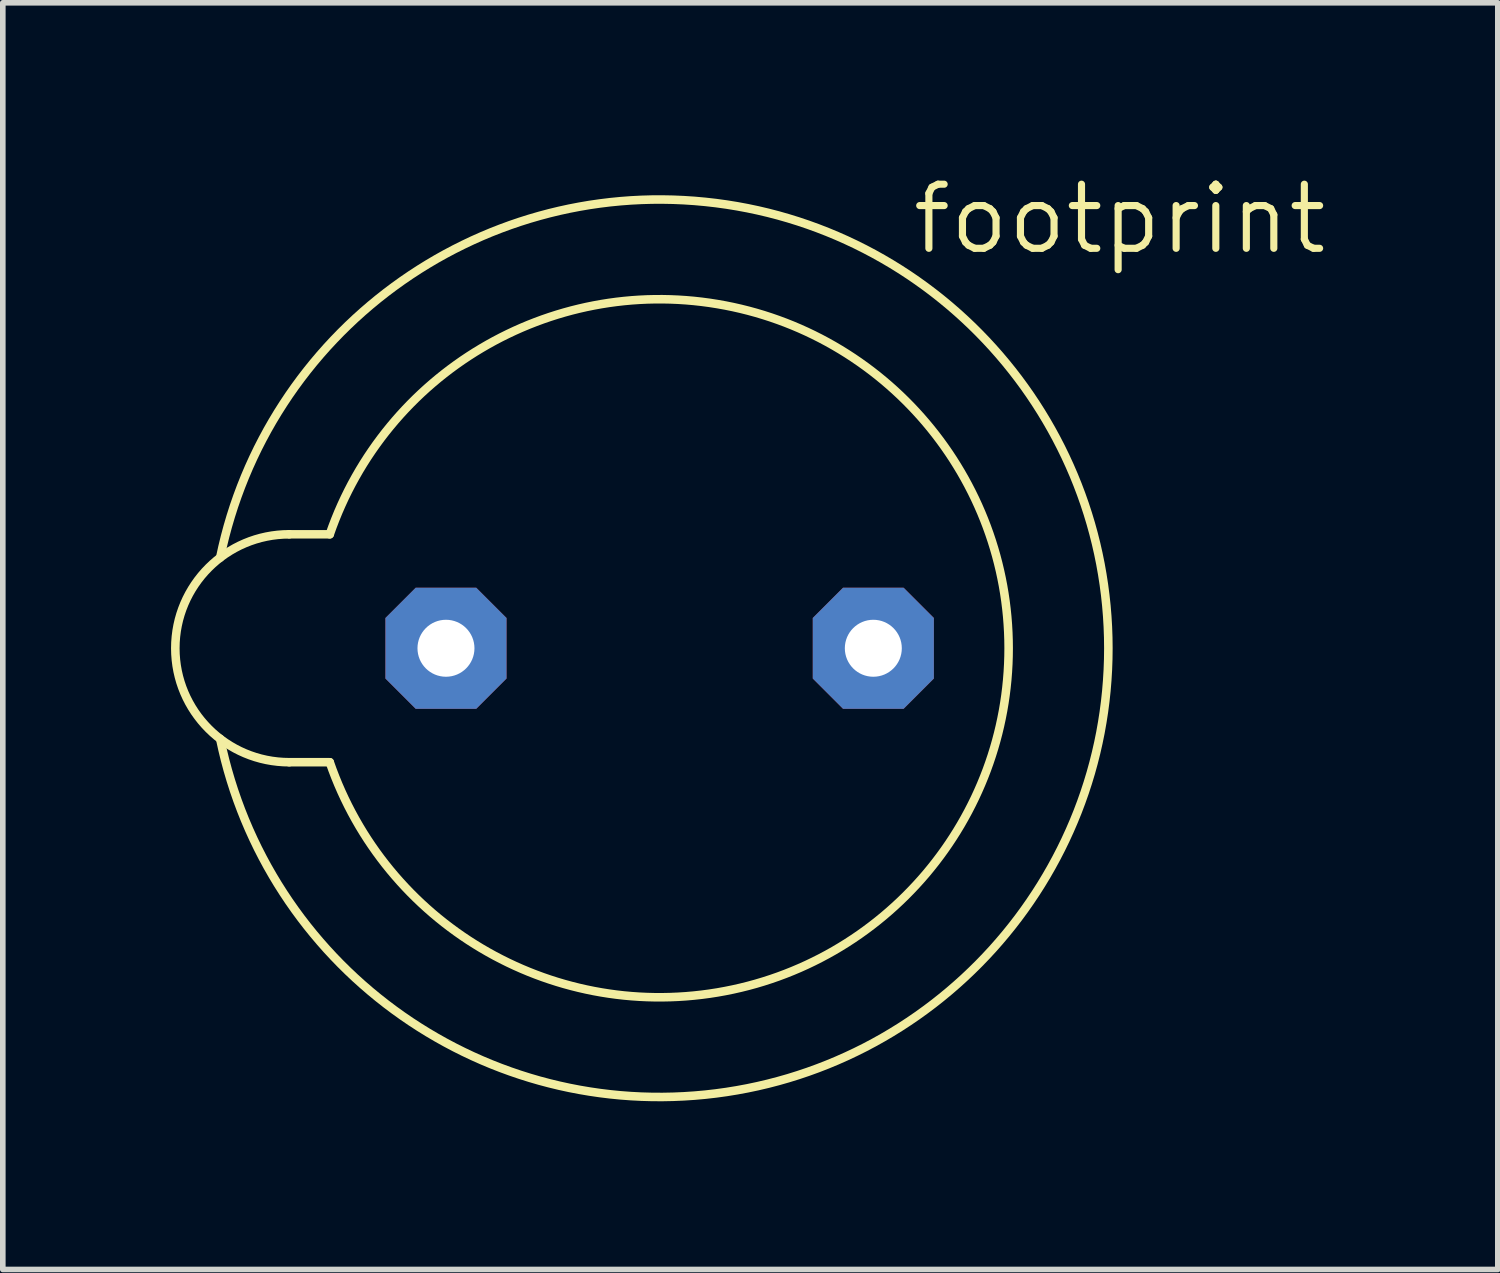
<source format=kicad_pcb>
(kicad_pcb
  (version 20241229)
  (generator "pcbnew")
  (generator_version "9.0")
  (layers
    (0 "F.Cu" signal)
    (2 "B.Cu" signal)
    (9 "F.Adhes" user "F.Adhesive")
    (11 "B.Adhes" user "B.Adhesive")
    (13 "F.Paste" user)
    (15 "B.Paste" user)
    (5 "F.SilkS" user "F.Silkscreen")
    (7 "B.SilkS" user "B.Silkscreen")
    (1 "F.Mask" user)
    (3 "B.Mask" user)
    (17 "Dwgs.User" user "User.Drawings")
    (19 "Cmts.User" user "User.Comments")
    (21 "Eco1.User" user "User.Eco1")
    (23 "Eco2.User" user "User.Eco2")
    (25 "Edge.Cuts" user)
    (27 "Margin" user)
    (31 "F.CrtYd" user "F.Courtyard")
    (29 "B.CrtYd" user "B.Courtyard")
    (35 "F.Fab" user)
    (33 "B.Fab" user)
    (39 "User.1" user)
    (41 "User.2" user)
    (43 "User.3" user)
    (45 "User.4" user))
  (footprint "footprint"
    (layer "F.Cu")
    (at 8.712 8.509)
    (property "Reference" "footprint" (at 4.445 -6.985 0) (layer "F.SilkS") (effects (font (size 1.143 1.143) (thickness 0.127)) (justify left bottom)))
    (fp_line (start -6.604 -2.032) (end -5.882 -2.032) (stroke (width 0.152) (type solid)) (layer "F.SilkS"))
    (fp_line (start -6.604 2.032) (end -5.882 2.032) (stroke (width 0.152) (type solid)) (layer "F.SilkS"))
    (fp_arc (start -7.8361 -1.6158) (mid 8.000954 0) (end -7.8361 1.6158) (stroke (width 0.1524) (type solid)) (layer "F.SilkS"))
    (fp_arc (start -6.604 2.032) (mid -8.636 0) (end -6.604 -2.032) (stroke (width 0.1524) (type solid)) (layer "F.SilkS"))
    (fp_arc (start -5.882 -2.032001) (mid 6.222906 0) (end -5.882 2.032) (stroke (width 0.1524) (type solid)) (layer "F.SilkS"))
    (pad "1" thru_hole roundrect (at -3.81 0) (size 2.159 2.159) (drill 1.016) (layers "*.Cu" "*.Mask") (roundrect_rratio 0.25) (chamfer_ratio 0.25) (chamfer top_left top_right bottom_left bottom_right))
    (pad "2" thru_hole roundrect (at 3.81 0) (size 2.159 2.159) (drill 1.016) (layers "*.Cu" "*.Mask") (roundrect_rratio 0.25) (chamfer_ratio 0.25) (chamfer top_left top_right bottom_left bottom_right)))
  (gr_rect
    (start -3 -3)
    (end 23.657 19.586)
    (stroke (width 0.1) (type default))
    (fill no)
    (layer "Edge.Cuts")))
</source>
